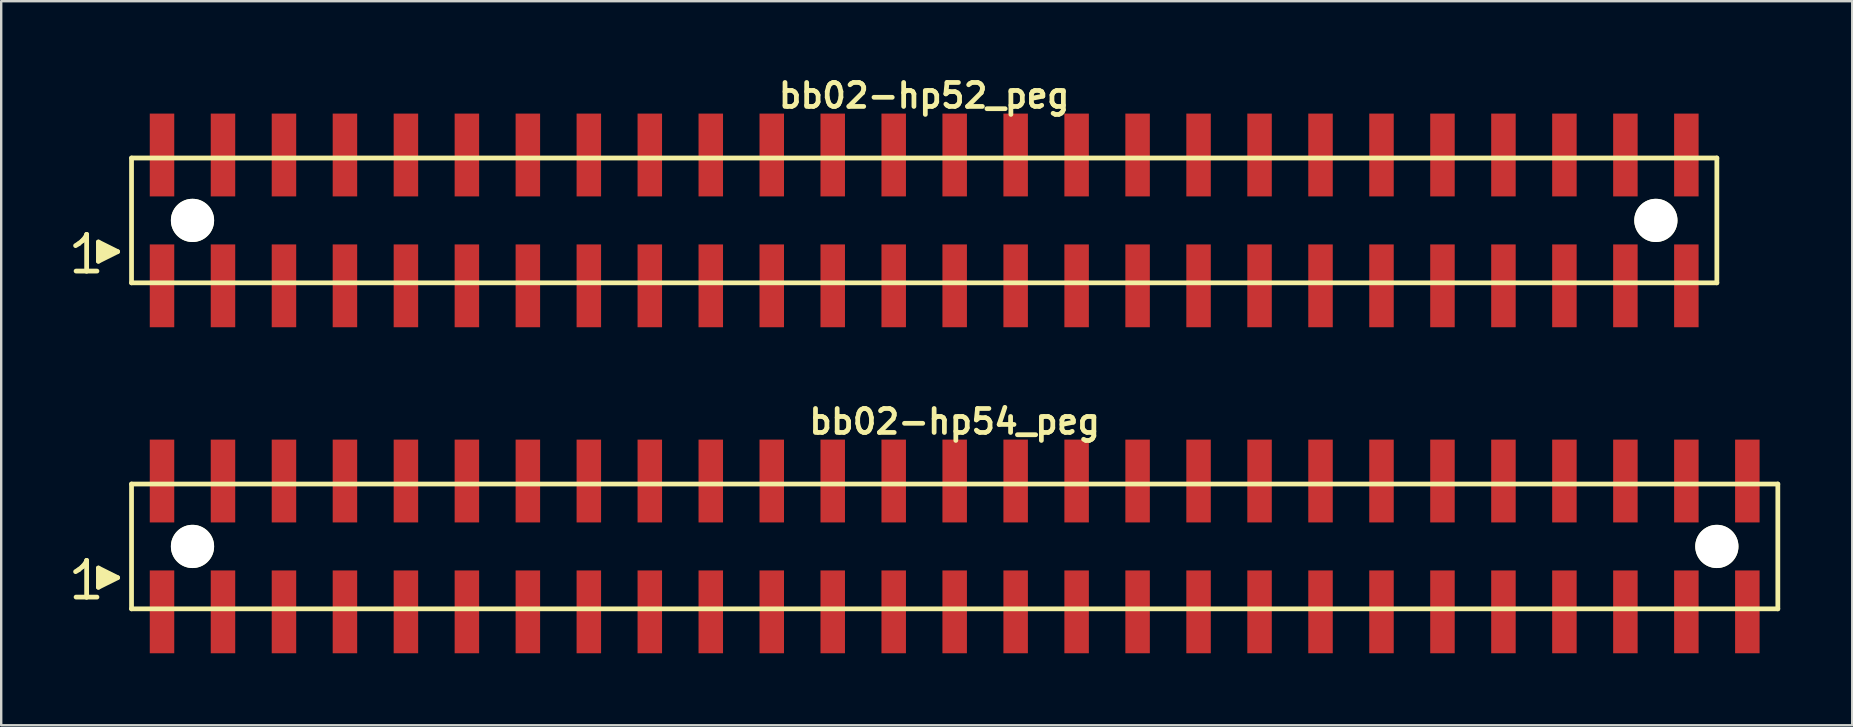
<source format=kicad_pcb>
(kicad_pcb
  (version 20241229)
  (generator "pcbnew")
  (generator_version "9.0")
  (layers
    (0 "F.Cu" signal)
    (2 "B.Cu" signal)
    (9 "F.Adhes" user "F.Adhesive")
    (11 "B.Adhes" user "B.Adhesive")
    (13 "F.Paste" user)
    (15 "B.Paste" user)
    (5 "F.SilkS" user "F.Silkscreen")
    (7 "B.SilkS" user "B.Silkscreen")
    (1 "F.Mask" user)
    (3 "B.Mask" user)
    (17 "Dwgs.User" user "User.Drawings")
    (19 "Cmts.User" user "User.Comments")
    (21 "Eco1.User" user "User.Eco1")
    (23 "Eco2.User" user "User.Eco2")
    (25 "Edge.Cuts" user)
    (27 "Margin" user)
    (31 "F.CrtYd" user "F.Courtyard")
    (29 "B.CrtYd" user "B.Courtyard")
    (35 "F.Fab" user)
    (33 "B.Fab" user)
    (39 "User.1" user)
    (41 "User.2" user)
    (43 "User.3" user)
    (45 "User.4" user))
  (footprint "bb02-hp52_peg"
    (layer "F.Cu")
    (at 35.449 6.132)
    (property "Reference" "bb02-hp52_peg" (at 0 -5.2 0) (layer "F.SilkS") (effects (font (size 0.998 0.998) (thickness 0.198))))
    (attr through_hole)
    (fp_line (start -35.35 1.05) (end -35.22 0.97) (stroke (width 0.198) (type solid)) (layer "F.SilkS"))
    (fp_line (start -35.22 0.97) (end -35.06 0.84) (stroke (width 0.198) (type solid)) (layer "F.SilkS"))
    (fp_line (start -35.06 0.84) (end -34.92 0.67) (stroke (width 0.198) (type solid)) (layer "F.SilkS"))
    (fp_line (start -34.92 0.67) (end -34.89 0.58) (stroke (width 0.198) (type solid)) (layer "F.SilkS"))
    (fp_line (start -34.89 0.58) (end -34.89 2.11) (stroke (width 0.198) (type solid)) (layer "F.SilkS"))
    (fp_line (start -34.89 2.11) (end -35.33 2.11) (stroke (width 0.198) (type solid)) (layer "F.SilkS"))
    (fp_line (start -34.46 2.11) (end -34.9 2.11) (stroke (width 0.198) (type solid)) (layer "F.SilkS"))
    (fp_line (start -34.4 0.9) (end -33.6 1.3) (stroke (width 0.198) (type solid)) (layer "F.SilkS"))
    (fp_line (start -34.4 1.7) (end -34.4 0.9) (stroke (width 0.198) (type solid)) (layer "F.SilkS"))
    (fp_line (start -34.3 1.6) (end -34.3 1) (stroke (width 0.198) (type solid)) (layer "F.SilkS"))
    (fp_line (start -34.2 1.1) (end -34.2 1.5) (stroke (width 0.198) (type solid)) (layer "F.SilkS"))
    (fp_line (start -34.1 1.5) (end -34.1 1.1) (stroke (width 0.198) (type solid)) (layer "F.SilkS"))
    (fp_line (start -34 1.2) (end -34 1.4) (stroke (width 0.198) (type solid)) (layer "F.SilkS"))
    (fp_line (start -33.9 1.4) (end -33.9 1.2) (stroke (width 0.198) (type solid)) (layer "F.SilkS"))
    (fp_line (start -33.6 1.3) (end -34.4 1.7) (stroke (width 0.198) (type solid)) (layer "F.SilkS"))
    (fp_line (start -33.02 -2.6) (end -33.02 2.6) (stroke (width 0.198) (type solid)) (layer "F.SilkS"))
    (fp_line (start -33.02 -2.6) (end 33.02 -2.6) (stroke (width 0.198) (type solid)) (layer "F.SilkS"))
    (fp_line (start 33.02 2.6) (end -33.02 2.6) (stroke (width 0.198) (type solid)) (layer "F.SilkS"))
    (fp_line (start 33.02 2.6) (end 33.02 -2.6) (stroke (width 0.198) (type solid)) (layer "F.SilkS"))
    (pad "" np_thru_hole circle (at -30.48 0) (size 1.8 1.8) (drill 1.8) (layers "*.Cu" "*.Mask" "F.SilkS"))
    (pad "" np_thru_hole circle (at 30.48 0) (size 1.8 1.8) (drill 1.8) (layers "*.Cu" "*.Mask" "F.SilkS"))
    (pad "1" smd rect (at -31.75 2.725) (size 1.02 3.45) (layers "F.Cu" "F.Mask" "F.Paste"))
    (pad "2" smd rect (at -31.75 -2.725) (size 1.02 3.45) (layers "F.Cu" "F.Mask" "F.Paste"))
    (pad "3" smd rect (at -29.21 2.725) (size 1.02 3.45) (layers "F.Cu" "F.Mask" "F.Paste"))
    (pad "4" smd rect (at -29.21 -2.725) (size 1.02 3.45) (layers "F.Cu" "F.Mask" "F.Paste"))
    (pad "5" smd rect (at -26.67 2.725) (size 1.02 3.45) (layers "F.Cu" "F.Mask" "F.Paste"))
    (pad "6" smd rect (at -26.67 -2.725) (size 1.02 3.45) (layers "F.Cu" "F.Mask" "F.Paste"))
    (pad "7" smd rect (at -24.13 2.725) (size 1.02 3.45) (layers "F.Cu" "F.Mask" "F.Paste"))
    (pad "8" smd rect (at -24.13 -2.725) (size 1.02 3.45) (layers "F.Cu" "F.Mask" "F.Paste"))
    (pad "9" smd rect (at -21.59 2.725) (size 1.02 3.45) (layers "F.Cu" "F.Mask" "F.Paste"))
    (pad "10" smd rect (at -21.59 -2.725) (size 1.02 3.45) (layers "F.Cu" "F.Mask" "F.Paste"))
    (pad "11" smd rect (at -19.05 2.725) (size 1.02 3.45) (layers "F.Cu" "F.Mask" "F.Paste"))
    (pad "12" smd rect (at -19.05 -2.725) (size 1.02 3.45) (layers "F.Cu" "F.Mask" "F.Paste"))
    (pad "13" smd rect (at -16.51 2.725) (size 1.02 3.45) (layers "F.Cu" "F.Mask" "F.Paste"))
    (pad "14" smd rect (at -16.51 -2.725) (size 1.02 3.45) (layers "F.Cu" "F.Mask" "F.Paste"))
    (pad "15" smd rect (at -13.97 2.725) (size 1.02 3.45) (layers "F.Cu" "F.Mask" "F.Paste"))
    (pad "16" smd rect (at -13.97 -2.725) (size 1.02 3.45) (layers "F.Cu" "F.Mask" "F.Paste"))
    (pad "17" smd rect (at -11.43 2.725) (size 1.02 3.45) (layers "F.Cu" "F.Mask" "F.Paste"))
    (pad "18" smd rect (at -11.43 -2.725) (size 1.02 3.45) (layers "F.Cu" "F.Mask" "F.Paste"))
    (pad "19" smd rect (at -8.89 2.725) (size 1.02 3.45) (layers "F.Cu" "F.Mask" "F.Paste"))
    (pad "20" smd rect (at -8.89 -2.725) (size 1.02 3.45) (layers "F.Cu" "F.Mask" "F.Paste"))
    (pad "21" smd rect (at -6.35 2.725) (size 1.02 3.45) (layers "F.Cu" "F.Mask" "F.Paste"))
    (pad "22" smd rect (at -6.35 -2.725) (size 1.02 3.45) (layers "F.Cu" "F.Mask" "F.Paste"))
    (pad "23" smd rect (at -3.81 2.725) (size 1.02 3.45) (layers "F.Cu" "F.Mask" "F.Paste"))
    (pad "24" smd rect (at -3.81 -2.725) (size 1.02 3.45) (layers "F.Cu" "F.Mask" "F.Paste"))
    (pad "25" smd rect (at -1.27 2.725) (size 1.02 3.45) (layers "F.Cu" "F.Mask" "F.Paste"))
    (pad "26" smd rect (at -1.27 -2.725) (size 1.02 3.45) (layers "F.Cu" "F.Mask" "F.Paste"))
    (pad "27" smd rect (at 1.27 2.725) (size 1.02 3.45) (layers "F.Cu" "F.Mask" "F.Paste"))
    (pad "28" smd rect (at 1.27 -2.725) (size 1.02 3.45) (layers "F.Cu" "F.Mask" "F.Paste"))
    (pad "29" smd rect (at 3.81 2.725) (size 1.02 3.45) (layers "F.Cu" "F.Mask" "F.Paste"))
    (pad "30" smd rect (at 3.81 -2.725) (size 1.02 3.45) (layers "F.Cu" "F.Mask" "F.Paste"))
    (pad "31" smd rect (at 6.35 2.725) (size 1.02 3.45) (layers "F.Cu" "F.Mask" "F.Paste"))
    (pad "32" smd rect (at 6.35 -2.725) (size 1.02 3.45) (layers "F.Cu" "F.Mask" "F.Paste"))
    (pad "33" smd rect (at 8.89 2.725) (size 1.02 3.45) (layers "F.Cu" "F.Mask" "F.Paste"))
    (pad "34" smd rect (at 8.89 -2.725) (size 1.02 3.45) (layers "F.Cu" "F.Mask" "F.Paste"))
    (pad "35" smd rect (at 11.43 2.725) (size 1.02 3.45) (layers "F.Cu" "F.Mask" "F.Paste"))
    (pad "36" smd rect (at 11.43 -2.725) (size 1.02 3.45) (layers "F.Cu" "F.Mask" "F.Paste"))
    (pad "37" smd rect (at 13.97 2.725) (size 1.02 3.45) (layers "F.Cu" "F.Mask" "F.Paste"))
    (pad "38" smd rect (at 13.97 -2.725) (size 1.02 3.45) (layers "F.Cu" "F.Mask" "F.Paste"))
    (pad "39" smd rect (at 16.51 2.725) (size 1.02 3.45) (layers "F.Cu" "F.Mask" "F.Paste"))
    (pad "40" smd rect (at 16.51 -2.725) (size 1.02 3.45) (layers "F.Cu" "F.Mask" "F.Paste"))
    (pad "41" smd rect (at 19.05 2.725) (size 1.02 3.45) (layers "F.Cu" "F.Mask" "F.Paste"))
    (pad "42" smd rect (at 19.05 -2.725) (size 1.02 3.45) (layers "F.Cu" "F.Mask" "F.Paste"))
    (pad "43" smd rect (at 21.59 2.725) (size 1.02 3.45) (layers "F.Cu" "F.Mask" "F.Paste"))
    (pad "44" smd rect (at 21.59 -2.725) (size 1.02 3.45) (layers "F.Cu" "F.Mask" "F.Paste"))
    (pad "45" smd rect (at 24.13 2.725) (size 1.02 3.45) (layers "F.Cu" "F.Mask" "F.Paste"))
    (pad "46" smd rect (at 24.13 -2.725) (size 1.02 3.45) (layers "F.Cu" "F.Mask" "F.Paste"))
    (pad "47" smd rect (at 26.67 2.725) (size 1.02 3.45) (layers "F.Cu" "F.Mask" "F.Paste"))
    (pad "48" smd rect (at 26.67 -2.725) (size 1.02 3.45) (layers "F.Cu" "F.Mask" "F.Paste"))
    (pad "49" smd rect (at 29.21 2.725) (size 1.02 3.45) (layers "F.Cu" "F.Mask" "F.Paste"))
    (pad "50" smd rect (at 29.21 -2.725) (size 1.02 3.45) (layers "F.Cu" "F.Mask" "F.Paste"))
    (pad "51" smd rect (at 31.75 2.725) (size 1.02 3.45) (layers "F.Cu" "F.Mask" "F.Paste"))
    (pad "52" smd rect (at 31.75 -2.725) (size 1.02 3.45) (layers "F.Cu" "F.Mask" "F.Paste")))
  (footprint "bb02-hp54_peg"
    (layer "F.Cu")
    (at 36.719 19.713)
    (property "Reference" "bb02-hp54_peg" (at 0 -5.2 0) (layer "F.SilkS") (effects (font (size 0.998 0.998) (thickness 0.198))))
    (attr through_hole)
    (fp_line (start -36.62 1.05) (end -36.49 0.97) (stroke (width 0.198) (type solid)) (layer "F.SilkS"))
    (fp_line (start -36.49 0.97) (end -36.33 0.84) (stroke (width 0.198) (type solid)) (layer "F.SilkS"))
    (fp_line (start -36.33 0.84) (end -36.19 0.67) (stroke (width 0.198) (type solid)) (layer "F.SilkS"))
    (fp_line (start -36.19 0.67) (end -36.16 0.58) (stroke (width 0.198) (type solid)) (layer "F.SilkS"))
    (fp_line (start -36.16 0.58) (end -36.16 2.11) (stroke (width 0.198) (type solid)) (layer "F.SilkS"))
    (fp_line (start -36.16 2.11) (end -36.6 2.11) (stroke (width 0.198) (type solid)) (layer "F.SilkS"))
    (fp_line (start -35.73 2.11) (end -36.17 2.11) (stroke (width 0.198) (type solid)) (layer "F.SilkS"))
    (fp_line (start -35.67 0.9) (end -34.87 1.3) (stroke (width 0.198) (type solid)) (layer "F.SilkS"))
    (fp_line (start -35.67 1.7) (end -35.67 0.9) (stroke (width 0.198) (type solid)) (layer "F.SilkS"))
    (fp_line (start -35.57 1.6) (end -35.57 1) (stroke (width 0.198) (type solid)) (layer "F.SilkS"))
    (fp_line (start -35.47 1.1) (end -35.47 1.5) (stroke (width 0.198) (type solid)) (layer "F.SilkS"))
    (fp_line (start -35.37 1.5) (end -35.37 1.1) (stroke (width 0.198) (type solid)) (layer "F.SilkS"))
    (fp_line (start -35.27 1.2) (end -35.27 1.4) (stroke (width 0.198) (type solid)) (layer "F.SilkS"))
    (fp_line (start -35.17 1.4) (end -35.17 1.2) (stroke (width 0.198) (type solid)) (layer "F.SilkS"))
    (fp_line (start -34.87 1.3) (end -35.67 1.7) (stroke (width 0.198) (type solid)) (layer "F.SilkS"))
    (fp_line (start -34.29 -2.6) (end -34.29 2.6) (stroke (width 0.198) (type solid)) (layer "F.SilkS"))
    (fp_line (start -34.29 -2.6) (end 34.29 -2.6) (stroke (width 0.198) (type solid)) (layer "F.SilkS"))
    (fp_line (start 34.29 2.6) (end -34.29 2.6) (stroke (width 0.198) (type solid)) (layer "F.SilkS"))
    (fp_line (start 34.29 2.6) (end 34.29 -2.6) (stroke (width 0.198) (type solid)) (layer "F.SilkS"))
    (pad "" np_thru_hole circle (at -31.75 0) (size 1.8 1.8) (drill 1.8) (layers "*.Cu" "*.Mask" "F.SilkS"))
    (pad "" np_thru_hole circle (at 31.75 0) (size 1.8 1.8) (drill 1.8) (layers "*.Cu" "*.Mask" "F.SilkS"))
    (pad "1" smd rect (at -33.02 2.725) (size 1.02 3.45) (layers "F.Cu" "F.Mask" "F.Paste"))
    (pad "2" smd rect (at -33.02 -2.725) (size 1.02 3.45) (layers "F.Cu" "F.Mask" "F.Paste"))
    (pad "3" smd rect (at -30.48 2.725) (size 1.02 3.45) (layers "F.Cu" "F.Mask" "F.Paste"))
    (pad "4" smd rect (at -30.48 -2.725) (size 1.02 3.45) (layers "F.Cu" "F.Mask" "F.Paste"))
    (pad "5" smd rect (at -27.94 2.725) (size 1.02 3.45) (layers "F.Cu" "F.Mask" "F.Paste"))
    (pad "6" smd rect (at -27.94 -2.725) (size 1.02 3.45) (layers "F.Cu" "F.Mask" "F.Paste"))
    (pad "7" smd rect (at -25.4 2.725) (size 1.02 3.45) (layers "F.Cu" "F.Mask" "F.Paste"))
    (pad "8" smd rect (at -25.4 -2.725) (size 1.02 3.45) (layers "F.Cu" "F.Mask" "F.Paste"))
    (pad "9" smd rect (at -22.86 2.725) (size 1.02 3.45) (layers "F.Cu" "F.Mask" "F.Paste"))
    (pad "10" smd rect (at -22.86 -2.725) (size 1.02 3.45) (layers "F.Cu" "F.Mask" "F.Paste"))
    (pad "11" smd rect (at -20.32 2.725) (size 1.02 3.45) (layers "F.Cu" "F.Mask" "F.Paste"))
    (pad "12" smd rect (at -20.32 -2.725) (size 1.02 3.45) (layers "F.Cu" "F.Mask" "F.Paste"))
    (pad "13" smd rect (at -17.78 2.725) (size 1.02 3.45) (layers "F.Cu" "F.Mask" "F.Paste"))
    (pad "14" smd rect (at -17.78 -2.725) (size 1.02 3.45) (layers "F.Cu" "F.Mask" "F.Paste"))
    (pad "15" smd rect (at -15.24 2.725) (size 1.02 3.45) (layers "F.Cu" "F.Mask" "F.Paste"))
    (pad "16" smd rect (at -15.24 -2.725) (size 1.02 3.45) (layers "F.Cu" "F.Mask" "F.Paste"))
    (pad "17" smd rect (at -12.7 2.725) (size 1.02 3.45) (layers "F.Cu" "F.Mask" "F.Paste"))
    (pad "18" smd rect (at -12.7 -2.725) (size 1.02 3.45) (layers "F.Cu" "F.Mask" "F.Paste"))
    (pad "19" smd rect (at -10.16 2.725) (size 1.02 3.45) (layers "F.Cu" "F.Mask" "F.Paste"))
    (pad "20" smd rect (at -10.16 -2.725) (size 1.02 3.45) (layers "F.Cu" "F.Mask" "F.Paste"))
    (pad "21" smd rect (at -7.62 2.725) (size 1.02 3.45) (layers "F.Cu" "F.Mask" "F.Paste"))
    (pad "22" smd rect (at -7.62 -2.725) (size 1.02 3.45) (layers "F.Cu" "F.Mask" "F.Paste"))
    (pad "23" smd rect (at -5.08 2.725) (size 1.02 3.45) (layers "F.Cu" "F.Mask" "F.Paste"))
    (pad "24" smd rect (at -5.08 -2.725) (size 1.02 3.45) (layers "F.Cu" "F.Mask" "F.Paste"))
    (pad "25" smd rect (at -2.54 2.725) (size 1.02 3.45) (layers "F.Cu" "F.Mask" "F.Paste"))
    (pad "26" smd rect (at -2.54 -2.725) (size 1.02 3.45) (layers "F.Cu" "F.Mask" "F.Paste"))
    (pad "27" smd rect (at 0 2.725) (size 1.02 3.45) (layers "F.Cu" "F.Mask" "F.Paste"))
    (pad "28" smd rect (at 0 -2.725) (size 1.02 3.45) (layers "F.Cu" "F.Mask" "F.Paste"))
    (pad "29" smd rect (at 2.54 2.725) (size 1.02 3.45) (layers "F.Cu" "F.Mask" "F.Paste"))
    (pad "30" smd rect (at 2.54 -2.725) (size 1.02 3.45) (layers "F.Cu" "F.Mask" "F.Paste"))
    (pad "31" smd rect (at 5.08 2.725) (size 1.02 3.45) (layers "F.Cu" "F.Mask" "F.Paste"))
    (pad "32" smd rect (at 5.08 -2.725) (size 1.02 3.45) (layers "F.Cu" "F.Mask" "F.Paste"))
    (pad "33" smd rect (at 7.62 2.725) (size 1.02 3.45) (layers "F.Cu" "F.Mask" "F.Paste"))
    (pad "34" smd rect (at 7.62 -2.725) (size 1.02 3.45) (layers "F.Cu" "F.Mask" "F.Paste"))
    (pad "35" smd rect (at 10.16 2.725) (size 1.02 3.45) (layers "F.Cu" "F.Mask" "F.Paste"))
    (pad "36" smd rect (at 10.16 -2.725) (size 1.02 3.45) (layers "F.Cu" "F.Mask" "F.Paste"))
    (pad "37" smd rect (at 12.7 2.725) (size 1.02 3.45) (layers "F.Cu" "F.Mask" "F.Paste"))
    (pad "38" smd rect (at 12.7 -2.725) (size 1.02 3.45) (layers "F.Cu" "F.Mask" "F.Paste"))
    (pad "39" smd rect (at 15.24 2.725) (size 1.02 3.45) (layers "F.Cu" "F.Mask" "F.Paste"))
    (pad "40" smd rect (at 15.24 -2.725) (size 1.02 3.45) (layers "F.Cu" "F.Mask" "F.Paste"))
    (pad "41" smd rect (at 17.78 2.725) (size 1.02 3.45) (layers "F.Cu" "F.Mask" "F.Paste"))
    (pad "42" smd rect (at 17.78 -2.725) (size 1.02 3.45) (layers "F.Cu" "F.Mask" "F.Paste"))
    (pad "43" smd rect (at 20.32 2.725) (size 1.02 3.45) (layers "F.Cu" "F.Mask" "F.Paste"))
    (pad "44" smd rect (at 20.32 -2.725) (size 1.02 3.45) (layers "F.Cu" "F.Mask" "F.Paste"))
    (pad "45" smd rect (at 22.86 2.725) (size 1.02 3.45) (layers "F.Cu" "F.Mask" "F.Paste"))
    (pad "46" smd rect (at 22.86 -2.725) (size 1.02 3.45) (layers "F.Cu" "F.Mask" "F.Paste"))
    (pad "47" smd rect (at 25.4 2.725) (size 1.02 3.45) (layers "F.Cu" "F.Mask" "F.Paste"))
    (pad "48" smd rect (at 25.4 -2.725) (size 1.02 3.45) (layers "F.Cu" "F.Mask" "F.Paste"))
    (pad "49" smd rect (at 27.94 2.725) (size 1.02 3.45) (layers "F.Cu" "F.Mask" "F.Paste"))
    (pad "50" smd rect (at 27.94 -2.725) (size 1.02 3.45) (layers "F.Cu" "F.Mask" "F.Paste"))
    (pad "51" smd rect (at 30.48 2.725) (size 1.02 3.45) (layers "F.Cu" "F.Mask" "F.Paste"))
    (pad "52" smd rect (at 30.48 -2.725) (size 1.02 3.45) (layers "F.Cu" "F.Mask" "F.Paste"))
    (pad "53" smd rect (at 33.02 2.725) (size 1.02 3.45) (layers "F.Cu" "F.Mask" "F.Paste"))
    (pad "54" smd rect (at 33.02 -2.725) (size 1.02 3.45) (layers "F.Cu" "F.Mask" "F.Paste")))
  (gr_rect
    (start -3 -3)
    (end 74.108 27.163)
    (stroke (width 0.1) (type default))
    (fill no)
    (layer "Edge.Cuts")))
</source>
